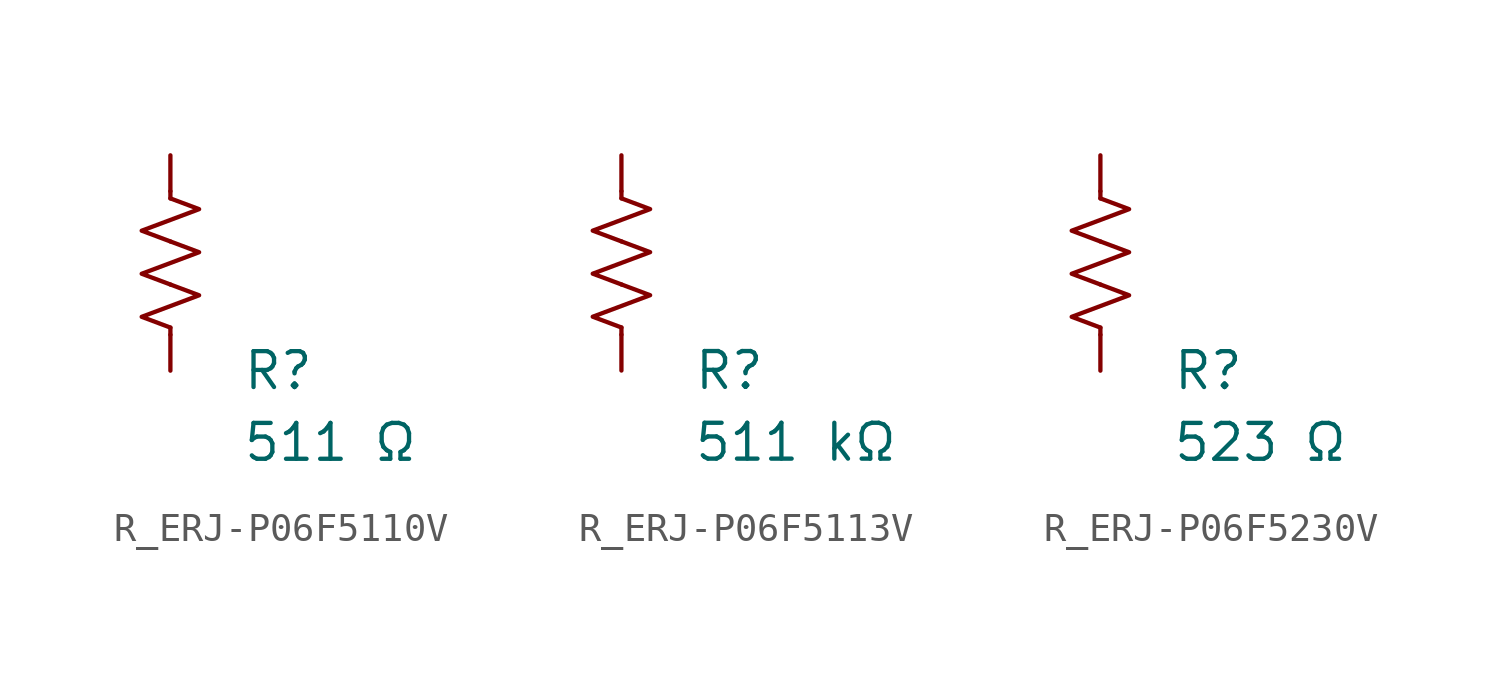
<source format=kicad_sym>
(kicad_symbol_lib
  (version 20231120)
  (generator "kicad_symbol_editor")
  (generator_version "8.0")
  (symbol "R_ERJ-P06F5110V"
    (pin_numbers hide)
    (pin_names
      (offset 0))
    (property "Reference" "R"
      (at 2.54 -3.81 0)
      (effects (font (size 1.27 1.27)) (justify left))
      (show_name no))
    (property "Value" "511 Ω"
      (at 2.54 -6.35 0)
      (effects (font (size 1.27 1.27)) (justify left))
      (show_name no))
    (symbol "R_ERJ-P06F5110V_0_1"
      (polyline (pts (xy 0 -2.286) (xy 0 -2.54)) (stroke (width 0) (type default)) (fill (type none)))
      (polyline (pts (xy 0 2.286) (xy 0 2.54)) (stroke (width 0) (type default)) (fill (type none)))
      (polyline (pts (xy 0 -0.762) (xy 1.016 -1.143) (xy 0 -1.524) (xy -1.016 -1.905) (xy 0 -2.286)) (stroke (width 0) (type default)) (fill (type none)))
      (polyline (pts (xy 0 0.762) (xy 1.016 0.381) (xy 0 0) (xy -1.016 -0.381) (xy 0 -0.762)) (stroke (width 0) (type default)) (fill (type none)))
      (polyline (pts (xy 0 2.286) (xy 1.016 1.905) (xy 0 1.524) (xy -1.016 1.143) (xy 0 0.762)) (stroke (width 0) (type default)) (fill (type none))))
    (symbol "R_ERJ-P06F5110V_1_1"
      (pin passive line (at 0 3.81 270) (length 1.27) (name "~" (effects (font (size 1.27 1.27)))) (number "1" (effects (font (size 1.27 1.27)))))
      (pin passive line (at 0 -3.81 90) (length 1.27) (name "~" (effects (font (size 1.27 1.27)))) (number "2" (effects (font (size 1.27 1.27)))))))
  (symbol "R_ERJ-P06F5113V"
    (pin_numbers hide)
    (pin_names
      (offset 0))
    (property "Reference" "R"
      (at 2.54 -3.81 0)
      (effects (font (size 1.27 1.27)) (justify left))
      (show_name no))
    (property "Value" "511 kΩ"
      (at 2.54 -6.35 0)
      (effects (font (size 1.27 1.27)) (justify left))
      (show_name no))
    (symbol "R_ERJ-P06F5113V_0_1"
      (polyline (pts (xy 0 -2.286) (xy 0 -2.54)) (stroke (width 0) (type default)) (fill (type none)))
      (polyline (pts (xy 0 2.286) (xy 0 2.54)) (stroke (width 0) (type default)) (fill (type none)))
      (polyline (pts (xy 0 -0.762) (xy 1.016 -1.143) (xy 0 -1.524) (xy -1.016 -1.905) (xy 0 -2.286)) (stroke (width 0) (type default)) (fill (type none)))
      (polyline (pts (xy 0 0.762) (xy 1.016 0.381) (xy 0 0) (xy -1.016 -0.381) (xy 0 -0.762)) (stroke (width 0) (type default)) (fill (type none)))
      (polyline (pts (xy 0 2.286) (xy 1.016 1.905) (xy 0 1.524) (xy -1.016 1.143) (xy 0 0.762)) (stroke (width 0) (type default)) (fill (type none))))
    (symbol "R_ERJ-P06F5113V_1_1"
      (pin passive line (at 0 3.81 270) (length 1.27) (name "~" (effects (font (size 1.27 1.27)))) (number "1" (effects (font (size 1.27 1.27)))))
      (pin passive line (at 0 -3.81 90) (length 1.27) (name "~" (effects (font (size 1.27 1.27)))) (number "2" (effects (font (size 1.27 1.27)))))))
  (symbol "R_ERJ-P06F5230V"
    (pin_numbers hide)
    (pin_names
      (offset 0))
    (property "Reference" "R"
      (at 2.54 -3.81 0)
      (effects (font (size 1.27 1.27)) (justify left))
      (show_name no))
    (property "Value" "523 Ω"
      (at 2.54 -6.35 0)
      (effects (font (size 1.27 1.27)) (justify left))
      (show_name no))
    (symbol "R_ERJ-P06F5230V_0_1"
      (polyline (pts (xy 0 -2.286) (xy 0 -2.54)) (stroke (width 0) (type default)) (fill (type none)))
      (polyline (pts (xy 0 2.286) (xy 0 2.54)) (stroke (width 0) (type default)) (fill (type none)))
      (polyline (pts (xy 0 -0.762) (xy 1.016 -1.143) (xy 0 -1.524) (xy -1.016 -1.905) (xy 0 -2.286)) (stroke (width 0) (type default)) (fill (type none)))
      (polyline (pts (xy 0 0.762) (xy 1.016 0.381) (xy 0 0) (xy -1.016 -0.381) (xy 0 -0.762)) (stroke (width 0) (type default)) (fill (type none)))
      (polyline (pts (xy 0 2.286) (xy 1.016 1.905) (xy 0 1.524) (xy -1.016 1.143) (xy 0 0.762)) (stroke (width 0) (type default)) (fill (type none))))
    (symbol "R_ERJ-P06F5230V_1_1"
      (pin passive line (at 0 3.81 270) (length 1.27) (name "~" (effects (font (size 1.27 1.27)))) (number "1" (effects (font (size 1.27 1.27)))))
      (pin passive line (at 0 -3.81 90) (length 1.27) (name "~" (effects (font (size 1.27 1.27)))) (number "2" (effects (font (size 1.27 1.27))))))))
</source>
